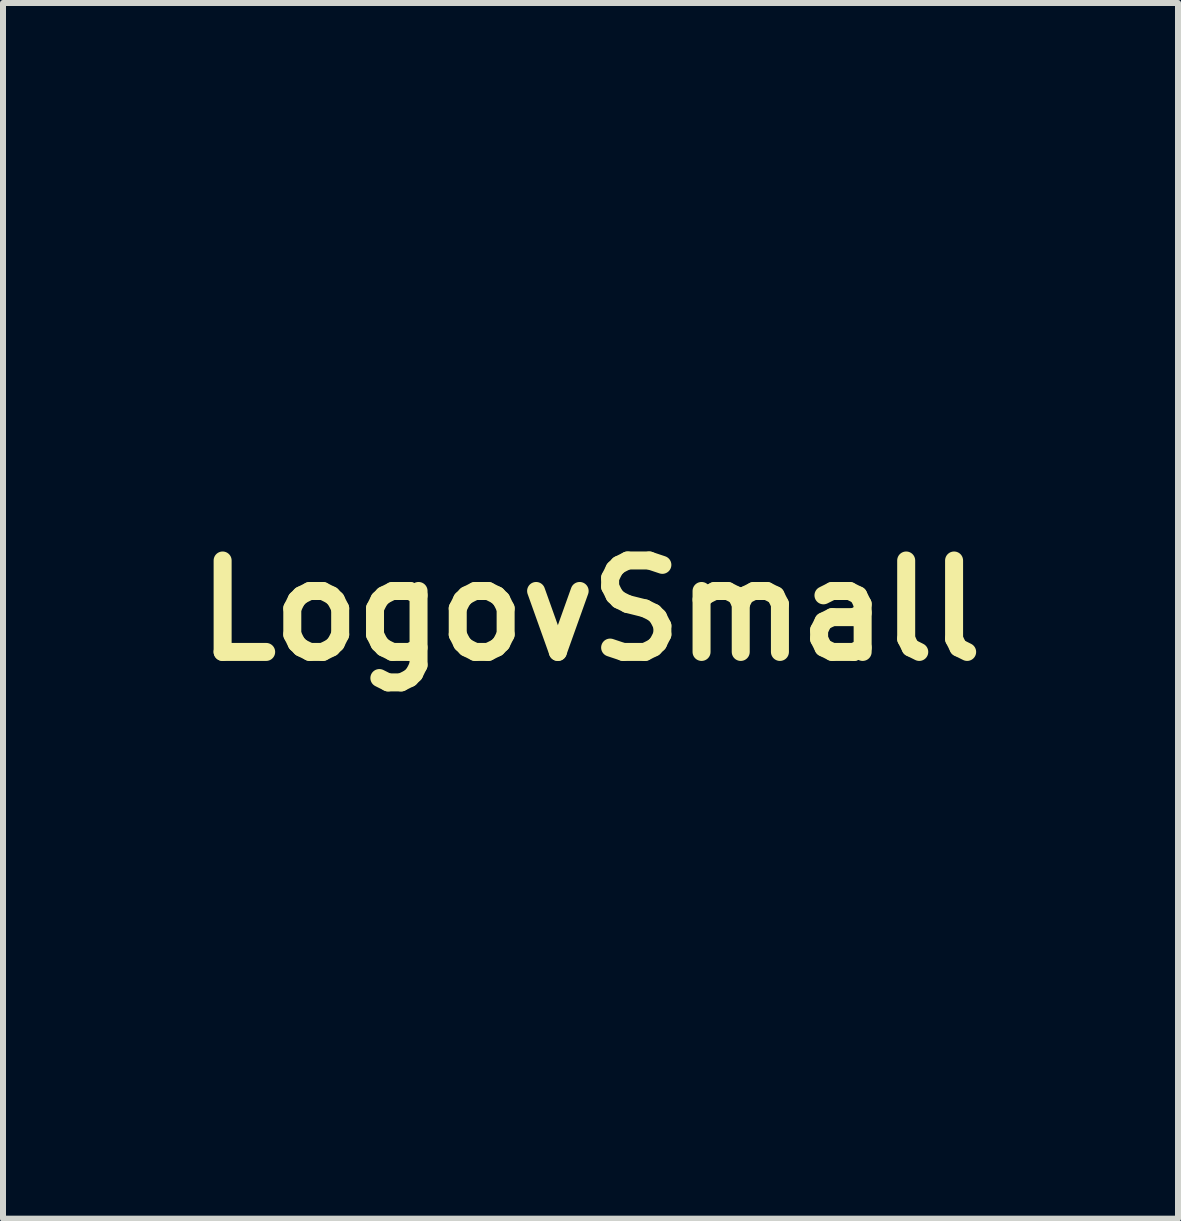
<source format=kicad_pcb>
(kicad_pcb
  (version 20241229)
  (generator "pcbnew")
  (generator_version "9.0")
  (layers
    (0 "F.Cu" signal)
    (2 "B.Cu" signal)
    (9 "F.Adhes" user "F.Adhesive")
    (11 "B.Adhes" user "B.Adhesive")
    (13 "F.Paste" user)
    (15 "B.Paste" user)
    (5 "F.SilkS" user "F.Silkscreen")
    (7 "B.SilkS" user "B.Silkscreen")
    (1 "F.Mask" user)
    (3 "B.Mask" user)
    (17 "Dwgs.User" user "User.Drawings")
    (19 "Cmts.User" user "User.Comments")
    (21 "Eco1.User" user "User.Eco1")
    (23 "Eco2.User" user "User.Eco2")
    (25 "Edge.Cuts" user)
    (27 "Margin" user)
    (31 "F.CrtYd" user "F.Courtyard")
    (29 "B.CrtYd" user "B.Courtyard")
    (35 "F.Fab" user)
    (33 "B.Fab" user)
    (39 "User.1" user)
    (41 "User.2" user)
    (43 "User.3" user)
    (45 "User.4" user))
  (footprint "LogovSmall"
    (layer "F.Cu")
    (at 6.793 7.127)
    (property "Reference" "LogovSmall" (at 0 0 0) (layer "F.SilkS") (effects (font (size 1.524 1.524) (thickness 0.3))))
    (attr through_hole)
    (fp_poly (pts (xy -1.681 3.12) (xy -1.613 3.152) (xy -1.575 3.174) (xy -1.517 3.213) (xy -1.462 3.259) (xy -1.42 3.304) (xy -1.399 3.339) (xy -1.401 3.353) (xy -1.422 3.365) (xy -1.467 3.388) (xy -1.476 3.392) (xy -1.545 3.426) (xy -1.586 3.337) (xy -1.627 3.264) (xy -1.674 3.193) (xy -1.685 3.18) (xy -1.716 3.134) (xy -1.715 3.114) (xy -1.681 3.12)) (stroke (width 0.01) (type solid)) (fill yes) (layer "F.Mask"))
    (fp_poly (pts (xy 0.998 -0.843) (xy 1.023 -0.806) (xy 1.054 -0.746) (xy 1.094 -0.662) (xy 1.122 -0.603) (xy 1.165 -0.508) (xy 1.21 -0.4) (xy 1.254 -0.287) (xy 1.294 -0.179) (xy 1.326 -0.083) (xy 1.347 -0.008) (xy 1.355 0.035) (xy 1.344 0.061) (xy 1.338 0.064) (xy 1.311 0.078) (xy 1.263 0.115) (xy 1.203 0.168) (xy 1.139 0.23) (xy 1.078 0.291) (xy 1.03 0.346) (xy 1.013 0.367) (xy 0.953 0.451) (xy 0.953 -0.224) (xy 0.953 -0.422) (xy 0.954 -0.579) (xy 0.956 -0.699) (xy 0.96 -0.783) (xy 0.968 -0.833) (xy 0.981 -0.853) (xy 0.998 -0.843)) (stroke (width 0.01) (type solid)) (fill yes) (layer "F.Mask"))
    (fp_poly (pts (xy -1.037 -0.272) (xy -1.099 -0.12) (xy -1.137 -0.03) (xy -1.178 0.067) (xy -1.22 0.163) (xy -1.258 0.249) (xy -1.289 0.318) (xy -1.31 0.36) (xy -1.315 0.37) (xy -1.337 0.367) (xy -1.388 0.35) (xy -1.459 0.325) (xy -1.475 0.319) (xy -1.71 0.21) (xy -1.916 0.077) (xy -2.091 -0.076) (xy -2.231 -0.248) (xy -2.262 -0.296) (xy -2.293 -0.361) (xy -2.304 -0.425) (xy -2.295 -0.501) (xy -2.265 -0.6) (xy -2.257 -0.623) (xy -2.156 -0.842) (xy -2.017 -1.052) (xy -1.844 -1.249) (xy -1.671 -1.403) (xy -1.569 -1.478) (xy -1.454 -1.553) (xy -1.336 -1.621) (xy -1.226 -1.678) (xy -1.133 -1.716) (xy -1.095 -1.727) (xy -1.037 -1.74) (xy -1.037 -0.272)) (stroke (width 0.01) (type solid)) (fill yes) (layer "F.Mask"))
    (fp_poly (pts (xy -1.764 -6.083) (xy -1.692 -6.075) (xy -1.629 -6.056) (xy -1.564 -6.027) (xy -1.433 -5.942) (xy -1.314 -5.824) (xy -1.213 -5.681) (xy -1.185 -5.63) (xy -1.162 -5.584) (xy -1.142 -5.541) (xy -1.124 -5.499) (xy -1.109 -5.453) (xy -1.096 -5.402) (xy -1.086 -5.343) (xy -1.077 -5.271) (xy -1.07 -5.184) (xy -1.064 -5.08) (xy -1.06 -4.954) (xy -1.056 -4.805) (xy -1.054 -4.628) (xy -1.052 -4.422) (xy -1.051 -4.182) (xy -1.05 -3.906) (xy -1.049 -3.591) (xy -1.049 -3.581) (xy -1.048 -3.25) (xy -1.048 -2.96) (xy -1.048 -2.71) (xy -1.049 -2.498) (xy -1.05 -2.322) (xy -1.052 -2.181) (xy -1.055 -2.073) (xy -1.058 -1.998) (xy -1.062 -1.953) (xy -1.067 -1.938) (xy -1.067 -1.938) (xy -1.406 -1.837) (xy -1.712 -1.711) (xy -1.987 -1.559) (xy -2.234 -1.38) (xy -2.353 -1.274) (xy -2.51 -1.125) (xy -2.484 -1.425) (xy -2.454 -1.709) (xy -2.416 -1.957) (xy -2.369 -2.175) (xy -2.309 -2.367) (xy -2.237 -2.539) (xy -2.151 -2.697) (xy -2.087 -2.794) (xy -2.035 -2.868) (xy -2.006 -2.912) (xy -1.997 -2.932) (xy -2.005 -2.934) (xy -2.03 -2.922) (xy -2.031 -2.921) (xy -2.128 -2.852) (xy -2.23 -2.746) (xy -2.337 -2.606) (xy -2.444 -2.438) (xy -2.549 -2.244) (xy -2.572 -2.197) (xy -2.688 -1.958) (xy -2.688 -3.556) (xy -2.688 -3.87) (xy -2.687 -4.144) (xy -2.687 -4.383) (xy -2.685 -4.588) (xy -2.683 -4.763) (xy -2.68 -4.912) (xy -2.676 -5.037) (xy -2.67 -5.141) (xy -2.663 -5.229) (xy -2.654 -5.301) (xy -2.643 -5.363) (xy -2.629 -5.416) (xy -2.613 -5.464) (xy -2.594 -5.511) (xy -2.573 -5.558) (xy -2.551 -5.604) (xy -2.466 -5.749) (xy -2.357 -5.879) (xy -2.233 -5.983) (xy -2.148 -6.034) (xy -2.084 -6.061) (xy -2.019 -6.077) (xy -1.939 -6.084) (xy -1.863 -6.085) (xy -1.764 -6.083)) (stroke (width 0.01) (type solid)) (fill yes) (layer "F.Mask"))
    (fp_poly (pts (xy 1.912 -6.056) (xy 2.028 -6.034) (xy 2.126 -5.994) (xy 2.22 -5.93) (xy 2.276 -5.881) (xy 2.379 -5.769) (xy 2.461 -5.636) (xy 2.527 -5.476) (xy 2.534 -5.455) (xy 2.54 -5.433) (xy 2.546 -5.409) (xy 2.551 -5.379) (xy 2.555 -5.342) (xy 2.559 -5.294) (xy 2.562 -5.234) (xy 2.564 -5.158) (xy 2.567 -5.064) (xy 2.568 -4.951) (xy 2.57 -4.814) (xy 2.571 -4.652) (xy 2.572 -4.463) (xy 2.573 -4.243) (xy 2.573 -3.99) (xy 2.574 -3.702) (xy 2.575 -3.376) (xy 2.575 -3.08) (xy 2.575 -2.721) (xy 2.576 -2.402) (xy 2.576 -2.121) (xy 2.576 -1.877) (xy 2.575 -1.666) (xy 2.575 -1.488) (xy 2.574 -1.339) (xy 2.573 -1.218) (xy 2.571 -1.124) (xy 2.569 -1.052) (xy 2.567 -1.003) (xy 2.564 -0.973) (xy 2.561 -0.96) (xy 2.557 -0.963) (xy 2.553 -0.979) (xy 2.548 -1.004) (xy 2.482 -1.333) (xy 2.391 -1.643) (xy 2.277 -1.929) (xy 2.142 -2.186) (xy 2.056 -2.318) (xy 2.014 -2.371) (xy 1.957 -2.439) (xy 1.889 -2.515) (xy 1.818 -2.591) (xy 1.75 -2.662) (xy 1.691 -2.72) (xy 1.647 -2.759) (xy 1.626 -2.773) (xy 1.627 -2.755) (xy 1.644 -2.709) (xy 1.675 -2.641) (xy 1.695 -2.599) (xy 1.848 -2.26) (xy 1.973 -1.909) (xy 2.067 -1.555) (xy 2.129 -1.204) (xy 2.158 -0.864) (xy 2.159 -0.77) (xy 2.159 -0.519) (xy 2.068 -0.47) (xy 2.004 -0.431) (xy 1.926 -0.376) (xy 1.851 -0.317) (xy 1.778 -0.258) (xy 1.732 -0.226) (xy 1.706 -0.216) (xy 1.695 -0.228) (xy 1.693 -0.25) (xy 1.682 -0.295) (xy 1.652 -0.367) (xy 1.608 -0.458) (xy 1.553 -0.56) (xy 1.492 -0.665) (xy 1.43 -0.764) (xy 1.371 -0.849) (xy 1.365 -0.857) (xy 1.293 -0.949) (xy 1.213 -1.046) (xy 1.14 -1.131) (xy 1.12 -1.153) (xy 1.061 -1.219) (xy 1.011 -1.278) (xy 0.98 -1.321) (xy 0.977 -1.327) (xy 0.972 -1.348) (xy 0.968 -1.395) (xy 0.965 -1.469) (xy 0.962 -1.571) (xy 0.959 -1.704) (xy 0.957 -1.869) (xy 0.955 -2.068) (xy 0.954 -2.302) (xy 0.953 -2.573) (xy 0.953 -2.883) (xy 0.953 -3.234) (xy 0.953 -3.308) (xy 0.953 -3.639) (xy 0.953 -3.93) (xy 0.953 -4.185) (xy 0.953 -4.405) (xy 0.954 -4.595) (xy 0.955 -4.756) (xy 0.957 -4.891) (xy 0.959 -5.003) (xy 0.961 -5.096) (xy 0.964 -5.17) (xy 0.967 -5.231) (xy 0.971 -5.279) (xy 0.976 -5.319) (xy 0.982 -5.352) (xy 0.988 -5.382) (xy 0.994 -5.403) (xy 1.02 -5.495) (xy 1.051 -5.584) (xy 1.079 -5.651) (xy 1.08 -5.653) (xy 1.156 -5.768) (xy 1.258 -5.878) (xy 1.372 -5.968) (xy 1.437 -6.006) (xy 1.497 -6.033) (xy 1.551 -6.05) (xy 1.612 -6.06) (xy 1.692 -6.063) (xy 1.767 -6.063) (xy 1.912 -6.056)) (stroke (width 0.01) (type solid)) (fill yes) (layer "F.Mask"))
    (fp_poly (pts (xy 4.424 0.071) (xy 4.424 0.415) (xy 4.424 0.746) (xy 4.423 1.064) (xy 4.423 1.365) (xy 4.422 1.646) (xy 4.421 1.906) (xy 4.42 2.142) (xy 4.42 2.352) (xy 4.419 2.532) (xy 4.417 2.681) (xy 4.416 2.797) (xy 4.415 2.876) (xy 4.414 2.916) (xy 4.413 2.921) (xy 4.404 2.904) (xy 4.403 2.891) (xy 4.384 2.84) (xy 4.331 2.783) (xy 4.252 2.724) (xy 4.155 2.673) (xy 4.087 2.643) (xy 3.99 2.6) (xy 3.874 2.55) (xy 3.748 2.497) (xy 3.651 2.456) (xy 3.409 2.349) (xy 3.146 2.224) (xy 2.876 2.088) (xy 2.611 1.947) (xy 2.364 1.807) (xy 2.186 1.701) (xy 2.138 1.671) (xy 2.202 1.584) (xy 2.26 1.486) (xy 2.299 1.374) (xy 2.321 1.241) (xy 2.328 1.077) (xy 2.328 1.067) (xy 2.328 0.953) (xy 2.325 0.875) (xy 2.316 0.828) (xy 2.3 0.806) (xy 2.273 0.802) (xy 2.232 0.811) (xy 2.216 0.816) (xy 2.154 0.83) (xy 2.065 0.846) (xy 1.966 0.86) (xy 1.934 0.864) (xy 1.765 0.893) (xy 1.625 0.937) (xy 1.519 0.996) (xy 1.471 1.042) (xy 1.418 1.104) (xy 1.418 1.002) (xy 1.433 0.901) (xy 1.477 0.795) (xy 1.552 0.682) (xy 1.66 0.561) (xy 1.802 0.429) (xy 1.979 0.286) (xy 2.193 0.129) (xy 2.328 0.036) (xy 2.572 -0.128) (xy 2.577 0.539) (xy 2.579 0.729) (xy 2.581 0.881) (xy 2.584 0.999) (xy 2.588 1.086) (xy 2.594 1.146) (xy 2.602 1.184) (xy 2.613 1.202) (xy 2.627 1.206) (xy 2.645 1.199) (xy 2.659 1.19) (xy 2.682 1.17) (xy 2.7 1.139) (xy 2.715 1.095) (xy 2.726 1.034) (xy 2.732 0.953) (xy 2.736 0.847) (xy 2.736 0.713) (xy 2.732 0.547) (xy 2.726 0.346) (xy 2.718 0.125) (xy 2.704 -0.227) (xy 2.835 -0.306) (xy 3.108 -0.491) (xy 3.36 -0.699) (xy 3.586 -0.926) (xy 3.781 -1.166) (xy 3.94 -1.414) (xy 3.99 -1.51) (xy 4.054 -1.654) (xy 4.106 -1.803) (xy 4.145 -1.946) (xy 4.167 -2.071) (xy 4.17 -2.127) (xy 4.163 -2.207) (xy 4.145 -2.294) (xy 4.12 -2.374) (xy 4.091 -2.435) (xy 4.075 -2.455) (xy 4.056 -2.465) (xy 4.046 -2.451) (xy 4.043 -2.405) (xy 4.043 -2.373) (xy 4.027 -2.242) (xy 3.981 -2.095) (xy 3.91 -1.946) (xy 3.89 -1.91) (xy 3.796 -1.777) (xy 3.669 -1.632) (xy 3.513 -1.477) (xy 3.333 -1.318) (xy 3.134 -1.159) (xy 2.921 -1.003) (xy 2.765 -0.899) (xy 2.703 -0.859) (xy 2.718 -1.08) (xy 2.751 -1.388) (xy 2.807 -1.661) (xy 2.888 -1.901) (xy 2.995 -2.111) (xy 3.127 -2.291) (xy 3.285 -2.443) (xy 3.394 -2.522) (xy 3.577 -2.62) (xy 3.787 -2.694) (xy 4.025 -2.743) (xy 4.237 -2.766) (xy 4.424 -2.779) (xy 4.424 0.071)) (stroke (width 0.01) (type solid)) (fill yes) (layer "F.Mask"))
    (fp_poly (pts (xy 0.05 -7.121) (xy 0.125 -7.116) (xy 0.186 -7.103) (xy 0.246 -7.081) (xy 0.291 -7.062) (xy 0.437 -6.971) (xy 0.559 -6.847) (xy 0.656 -6.688) (xy 0.729 -6.494) (xy 0.735 -6.472) (xy 0.74 -6.449) (xy 0.745 -6.421) (xy 0.75 -6.385) (xy 0.753 -6.34) (xy 0.757 -6.282) (xy 0.76 -6.21) (xy 0.763 -6.122) (xy 0.765 -6.014) (xy 0.767 -5.884) (xy 0.769 -5.731) (xy 0.771 -5.551) (xy 0.772 -5.342) (xy 0.773 -5.102) (xy 0.775 -4.829) (xy 0.776 -4.52) (xy 0.777 -4.172) (xy 0.778 -3.9) (xy 0.785 -1.46) (xy 0.688 -1.555) (xy 0.628 -1.604) (xy 0.55 -1.658) (xy 0.464 -1.71) (xy 0.38 -1.755) (xy 0.308 -1.787) (xy 0.26 -1.799) (xy 0.259 -1.799) (xy 0.258 -1.786) (xy 0.283 -1.749) (xy 0.33 -1.695) (xy 0.357 -1.666) (xy 0.534 -1.468) (xy 0.668 -1.277) (xy 0.722 -1.181) (xy 0.783 -1.06) (xy 0.783 0.004) (xy 0.648 -0.12) (xy 0.562 -0.19) (xy 0.458 -0.264) (xy 0.355 -0.327) (xy 0.338 -0.336) (xy 0.163 -0.43) (xy 0.22 -0.336) (xy 0.34 -0.125) (xy 0.435 0.077) (xy 0.502 0.264) (xy 0.541 0.431) (xy 0.55 0.542) (xy 0.547 0.622) (xy 0.534 0.666) (xy 0.504 0.678) (xy 0.451 0.663) (xy 0.423 0.651) (xy 0.38 0.641) (xy 0.307 0.633) (xy 0.214 0.628) (xy 0.148 0.626) (xy -0.074 0.624) (xy -0.222 0.476) (xy -0.315 0.391) (xy -0.41 0.318) (xy -0.493 0.267) (xy -0.493 0.267) (xy -0.57 0.224) (xy -0.621 0.179) (xy -0.662 0.118) (xy -0.673 0.097) (xy -0.7 0.04) (xy -0.717 -0.014) (xy -0.726 -0.077) (xy -0.73 -0.163) (xy -0.73 -0.212) (xy -0.729 -0.306) (xy -0.724 -0.376) (xy -0.711 -0.437) (xy -0.687 -0.504) (xy -0.648 -0.592) (xy -0.64 -0.609) (xy -0.603 -0.692) (xy -0.573 -0.761) (xy -0.554 -0.806) (xy -0.55 -0.818) (xy -0.564 -0.811) (xy -0.6 -0.778) (xy -0.652 -0.726) (xy -0.685 -0.691) (xy -0.747 -0.629) (xy -0.8 -0.581) (xy -0.835 -0.554) (xy -0.844 -0.55) (xy -0.852 -0.563) (xy -0.857 -0.604) (xy -0.861 -0.675) (xy -0.863 -0.778) (xy -0.864 -0.918) (xy -0.863 -1.097) (xy -0.863 -1.169) (xy -0.857 -1.789) (xy -0.699 -1.816) (xy -0.58 -1.83) (xy -0.451 -1.835) (xy -0.381 -1.833) (xy -0.222 -1.822) (xy -0.284 -1.872) (xy -0.367 -1.92) (xy -0.479 -1.958) (xy -0.608 -1.982) (xy -0.726 -1.99) (xy -0.868 -1.99) (xy -0.867 -4.122) (xy -0.867 -4.483) (xy -0.867 -4.804) (xy -0.867 -5.087) (xy -0.866 -5.336) (xy -0.865 -5.554) (xy -0.863 -5.742) (xy -0.861 -5.903) (xy -0.858 -6.04) (xy -0.853 -6.156) (xy -0.848 -6.253) (xy -0.841 -6.334) (xy -0.833 -6.401) (xy -0.824 -6.457) (xy -0.813 -6.505) (xy -0.8 -6.547) (xy -0.786 -6.586) (xy -0.769 -6.624) (xy -0.75 -6.664) (xy -0.744 -6.679) (xy -0.656 -6.83) (xy -0.547 -6.949) (xy -0.408 -7.045) (xy -0.397 -7.05) (xy -0.333 -7.084) (xy -0.281 -7.105) (xy -0.227 -7.116) (xy -0.158 -7.121) (xy -0.061 -7.122) (xy -0.053 -7.122) (xy 0.05 -7.121)) (stroke (width 0.01) (type solid)) (fill yes) (layer "F.Mask"))
    (fp_poly (pts (xy -3.452 -4.852) (xy -3.359 -4.826) (xy -3.219 -4.751) (xy -3.097 -4.638) (xy -2.995 -4.49) (xy -2.913 -4.308) (xy -2.885 -4.223) (xy -2.878 -4.197) (xy -2.873 -4.167) (xy -2.867 -4.129) (xy -2.863 -4.081) (xy -2.859 -4.02) (xy -2.856 -3.943) (xy -2.853 -3.847) (xy -2.851 -3.73) (xy -2.849 -3.588) (xy -2.847 -3.418) (xy -2.845 -3.217) (xy -2.844 -2.984) (xy -2.843 -2.714) (xy -2.842 -2.405) (xy -2.841 -2.365) (xy -2.84 -2.008) (xy -2.84 -1.692) (xy -2.84 -1.417) (xy -2.841 -1.182) (xy -2.843 -0.99) (xy -2.845 -0.838) (xy -2.848 -0.729) (xy -2.851 -0.661) (xy -2.855 -0.635) (xy -2.856 -0.635) (xy -2.88 -0.652) (xy -2.918 -0.699) (xy -2.966 -0.767) (xy -3.019 -0.85) (xy -3.07 -0.938) (xy -3.108 -1.009) (xy -3.188 -1.206) (xy -3.244 -1.426) (xy -3.274 -1.656) (xy -3.277 -1.884) (xy -3.262 -2.03) (xy -3.251 -2.106) (xy -3.245 -2.164) (xy -3.246 -2.194) (xy -3.246 -2.195) (xy -3.257 -2.181) (xy -3.279 -2.136) (xy -3.308 -2.067) (xy -3.321 -2.033) (xy -3.402 -1.796) (xy -3.451 -1.579) (xy -3.469 -1.378) (xy -3.454 -1.186) (xy -3.408 -0.995) (xy -3.33 -0.801) (xy -3.321 -0.782) (xy -3.149 -0.473) (xy -2.944 -0.189) (xy -2.704 0.072) (xy -2.429 0.31) (xy -2.119 0.524) (xy -1.774 0.716) (xy -1.708 0.749) (xy -1.437 0.878) (xy -1.448 0.953) (xy -1.457 1.006) (xy -1.472 1.087) (xy -1.491 1.182) (xy -1.501 1.228) (xy -1.527 1.373) (xy -1.549 1.535) (xy -1.567 1.702) (xy -1.578 1.861) (xy -1.582 2.001) (xy -1.578 2.106) (xy -1.563 2.266) (xy -1.549 2.408) (xy -1.535 2.529) (xy -1.523 2.622) (xy -1.512 2.684) (xy -1.505 2.709) (xy -1.504 2.709) (xy -1.481 2.698) (xy -1.435 2.671) (xy -1.411 2.655) (xy -1.328 2.582) (xy -1.243 2.478) (xy -1.16 2.351) (xy -1.088 2.21) (xy -1.081 2.195) (xy -1.047 2.12) (xy -1.017 2.064) (xy -0.996 2.034) (xy -0.992 2.032) (xy -0.981 2.051) (xy -0.974 2.099) (xy -0.972 2.133) (xy -0.968 2.216) (xy -0.959 2.299) (xy -0.956 2.318) (xy -0.94 2.402) (xy -0.88 2.308) (xy -0.827 2.215) (xy -0.774 2.101) (xy -0.723 1.975) (xy -0.677 1.848) (xy -0.642 1.731) (xy -0.619 1.632) (xy -0.614 1.576) (xy -0.606 1.527) (xy -0.588 1.517) (xy -0.565 1.544) (xy -0.551 1.582) (xy -0.538 1.646) (xy -0.524 1.732) (xy -0.515 1.806) (xy -0.502 1.95) (xy -0.44 1.855) (xy -0.362 1.716) (xy -0.289 1.549) (xy -0.226 1.37) (xy -0.186 1.222) (xy -0.165 1.136) (xy -0.146 1.067) (xy -0.13 1.025) (xy -0.124 1.016) (xy -0.108 1.035) (xy -0.088 1.083) (xy -0.069 1.149) (xy -0.053 1.22) (xy -0.043 1.283) (xy -0.042 1.307) (xy -0.038 1.351) (xy -0.026 1.368) (xy -0.024 1.367) (xy -0.01 1.344) (xy 0.017 1.29) (xy 0.052 1.21) (xy 0.093 1.114) (xy 0.107 1.08) (xy 0.149 0.981) (xy 0.186 0.898) (xy 0.215 0.837) (xy 0.232 0.807) (xy 0.235 0.804) (xy 0.247 0.824) (xy 0.256 0.877) (xy 0.264 0.955) (xy 0.269 1.049) (xy 0.272 1.151) (xy 0.27 1.25) (xy 0.267 1.315) (xy 0.224 1.596) (xy 0.14 1.871) (xy 0.014 2.141) (xy -0.154 2.405) (xy -0.179 2.44) (xy -0.235 2.516) (xy -0.28 2.578) (xy -0.309 2.621) (xy -0.318 2.635) (xy -0.301 2.63) (xy -0.259 2.607) (xy -0.206 2.574) (xy -0.115 2.52) (xy -0.008 2.461) (xy 0.106 2.403) (xy 0.214 2.351) (xy 0.308 2.311) (xy 0.375 2.288) (xy 0.46 2.248) (xy 0.53 2.179) (xy 0.628 2.084) (xy 0.74 2.028) (xy 0.86 2.01) (xy 0.985 2.03) (xy 1.111 2.089) (xy 1.233 2.185) (xy 1.249 2.202) (xy 1.385 2.313) (xy 1.519 2.387) (xy 1.59 2.422) (xy 1.632 2.448) (xy 1.643 2.464) (xy 1.619 2.474) (xy 1.56 2.477) (xy 1.462 2.476) (xy 1.364 2.473) (xy 1.264 2.468) (xy 1.194 2.461) (xy 1.142 2.448) (xy 1.095 2.427) (xy 1.046 2.398) (xy 0.973 2.354) (xy 0.9 2.315) (xy 0.864 2.298) (xy 0.801 2.281) (xy 0.761 2.294) (xy 0.744 2.341) (xy 0.746 2.423) (xy 0.747 2.429) (xy 0.758 2.529) (xy 0.511 2.649) (xy 0.381 2.715) (xy 0.277 2.777) (xy 0.188 2.843) (xy 0.116 2.906) (xy -0.015 3.043) (xy -0.105 3.177) (xy -0.152 3.308) (xy -0.158 3.438) (xy -0.122 3.57) (xy -0.044 3.704) (xy 0.075 3.844) (xy 0.093 3.862) (xy 0.242 4.01) (xy 0.269 3.878) (xy 0.295 3.768) (xy 0.325 3.692) (xy 0.363 3.641) (xy 0.384 3.624) (xy 0.416 3.588) (xy 0.423 3.564) (xy 0.44 3.51) (xy 0.482 3.441) (xy 0.543 3.368) (xy 0.614 3.299) (xy 0.685 3.243) (xy 0.747 3.211) (xy 0.759 3.208) (xy 0.839 3.203) (xy 0.948 3.217) (xy 1.074 3.246) (xy 1.207 3.287) (xy 1.34 3.337) (xy 1.46 3.395) (xy 1.503 3.419) (xy 1.568 3.456) (xy 1.615 3.474) (xy 1.659 3.477) (xy 1.718 3.467) (xy 1.732 3.465) (xy 1.786 3.456) (xy 1.85 3.453) (xy 1.933 3.455) (xy 2.041 3.462) (xy 2.182 3.475) (xy 2.212 3.478) (xy 2.345 3.492) (xy 2.446 3.503) (xy 2.524 3.516) (xy 2.589 3.531) (xy 2.651 3.551) (xy 2.718 3.579) (xy 2.801 3.616) (xy 2.814 3.622) (xy 2.928 3.672) (xy 3.012 3.703) (xy 3.07 3.717) (xy 3.106 3.716) (xy 3.144 3.71) (xy 3.219 3.699) (xy 3.327 3.684) (xy 3.464 3.666) (xy 3.626 3.645) (xy 3.808 3.621) (xy 4.006 3.596) (xy 4.216 3.569) (xy 4.265 3.563) (xy 4.35 3.565) (xy 4.392 3.585) (xy 4.409 3.6) (xy 4.42 3.622) (xy 4.427 3.657) (xy 4.431 3.712) (xy 4.431 3.795) (xy 4.43 3.913) (xy 4.43 3.922) (xy 4.423 4.174) (xy 4.409 4.387) (xy 4.386 4.564) (xy 4.356 4.709) (xy 4.316 4.824) (xy 4.267 4.912) (xy 4.236 4.95) (xy 4.196 5.004) (xy 4.185 5.059) (xy 4.186 5.085) (xy 4.187 5.133) (xy 4.169 5.173) (xy 4.126 5.218) (xy 4.115 5.227) (xy 4.043 5.281) (xy 3.962 5.33) (xy 3.937 5.343) (xy 3.856 5.388) (xy 3.759 5.454) (xy 3.656 5.534) (xy 3.554 5.62) (xy 3.462 5.705) (xy 3.388 5.782) (xy 3.341 5.845) (xy 3.339 5.849) (xy 3.224 6.026) (xy 3.08 6.198) (xy 2.976 6.3) (xy 2.893 6.367) (xy 2.797 6.432) (xy 2.698 6.489) (xy 2.607 6.533) (xy 2.533 6.558) (xy 2.504 6.562) (xy 2.471 6.559) (xy 2.459 6.541) (xy 2.462 6.499) (xy 2.467 6.473) (xy 2.481 6.385) (xy 2.43 6.426) (xy 2.241 6.57) (xy 2.076 6.685) (xy 1.932 6.776) (xy 1.804 6.844) (xy 1.686 6.892) (xy 1.575 6.922) (xy 1.483 6.936) (xy 1.414 6.937) (xy 1.375 6.926) (xy 1.368 6.91) (xy 1.374 6.877) (xy 1.385 6.823) (xy 1.386 6.818) (xy 1.401 6.747) (xy 1.309 6.804) (xy 1.167 6.885) (xy 1.016 6.961) (xy 0.87 7.026) (xy 0.751 7.069) (xy 0.67 7.089) (xy 0.57 7.107) (xy 0.462 7.12) (xy 0.356 7.128) (xy 0.262 7.13) (xy 0.191 7.126) (xy 0.151 7.116) (xy 0.133 7.093) (xy 0.137 7.054) (xy 0.145 7.026) (xy 0.164 6.968) (xy 0.161 6.941) (xy 0.132 6.939) (xy 0.069 6.957) (xy 0.069 6.957) (xy -0.027 6.976) (xy -0.15 6.986) (xy -0.287 6.987) (xy -0.424 6.979) (xy -0.549 6.962) (xy -0.582 6.955) (xy -0.713 6.922) (xy -0.831 6.887) (xy -0.931 6.853) (xy -1.006 6.821) (xy -1.049 6.795) (xy -1.058 6.781) (xy -1.049 6.747) (xy -1.026 6.689) (xy -1.004 6.644) (xy -0.976 6.584) (xy -0.959 6.542) (xy -0.958 6.528) (xy -0.981 6.529) (xy -1.029 6.539) (xy -1.049 6.545) (xy -1.128 6.56) (xy -1.225 6.569) (xy -1.333 6.57) (xy -1.444 6.566) (xy -1.549 6.557) (xy -1.64 6.543) (xy -1.71 6.525) (xy -1.75 6.503) (xy -1.757 6.49) (xy -1.746 6.462) (xy -1.717 6.408) (xy -1.674 6.335) (xy -1.637 6.275) (xy -1.517 6.086) (xy -1.521 5.853) (xy -1.52 5.684) (xy -1.508 5.545) (xy -1.482 5.423) (xy -1.442 5.307) (xy -1.418 5.253) (xy -1.334 5.116) (xy -1.216 4.985) (xy -1.072 4.869) (xy -0.955 4.798) (xy -0.802 4.716) (xy -0.618 4.75) (xy -0.527 4.763) (xy -0.416 4.773) (xy -0.295 4.779) (xy -0.175 4.782) (xy -0.065 4.781) (xy 0.025 4.776) (xy 0.085 4.767) (xy 0.095 4.764) (xy 0.112 4.753) (xy 0.099 4.74) (xy 0.051 4.723) (xy 0.016 4.712) (xy -0.049 4.691) (xy -0.093 4.672) (xy -0.106 4.66) (xy -0.086 4.652) (xy -0.036 4.647) (xy 0.036 4.644) (xy 0.039 4.644) (xy 0.138 4.639) (xy 0.22 4.621) (xy 0.301 4.586) (xy 0.361 4.557) (xy 0.406 4.532) (xy 0.434 4.508) (xy 0.442 4.479) (xy 0.43 4.443) (xy 0.396 4.394) (xy 0.337 4.329) (xy 0.253 4.243) (xy 0.142 4.133) (xy 0.105 4.096) (xy -0.041 3.954) (xy -0.162 3.84) (xy -0.263 3.751) (xy -0.349 3.683) (xy -0.423 3.634) (xy -0.489 3.6) (xy -0.552 3.577) (xy -0.564 3.574) (xy -0.612 3.558) (xy -0.652 3.532) (xy -0.693 3.487) (xy -0.745 3.415) (xy -0.752 3.405) (xy -0.893 3.23) (xy -1.054 3.091) (xy -1.217 2.994) (xy -1.352 2.941) (xy -1.499 2.903) (xy -1.642 2.885) (xy -1.767 2.888) (xy -1.771 2.889) (xy -1.864 2.903) (xy -2.037 2.74) (xy -2.115 2.669) (xy -2.212 2.584) (xy -2.324 2.489) (xy -2.445 2.388) (xy -2.57 2.286) (xy -2.694 2.185) (xy -2.813 2.09) (xy -2.922 2.006) (xy -3.014 1.936) (xy -3.086 1.884) (xy -3.133 1.854) (xy -3.143 1.849) (xy -3.184 1.856) (xy -3.237 1.899) (xy -3.298 1.977) (xy -3.367 2.086) (xy -3.417 2.179) (xy -3.463 2.274) (xy -3.501 2.362) (xy -3.526 2.431) (xy -3.535 2.472) (xy -3.519 2.575) (xy -3.469 2.693) (xy -3.386 2.827) (xy -3.346 2.882) (xy -3.251 3.013) (xy -3.184 3.126) (xy -3.138 3.23) (xy -3.11 3.335) (xy -3.096 3.452) (xy -3.095 3.484) (xy -3.095 3.646) (xy -3.114 3.777) (xy -3.155 3.888) (xy -3.221 3.987) (xy -3.257 4.027) (xy -3.358 4.133) (xy -3.43 4.095) (xy -3.544 4.029) (xy -3.63 3.956) (xy -3.685 3.889) (xy -3.722 3.83) (xy -3.741 3.773) (xy -3.747 3.698) (xy -3.747 3.675) (xy -3.748 3.545) (xy -3.812 3.619) (xy -3.875 3.694) (xy -3.942 3.655) (xy -3.988 3.631) (xy -4.015 3.629) (xy -4.039 3.652) (xy -4.048 3.662) (xy -4.076 3.719) (xy -4.085 3.767) (xy -4.077 3.843) (xy -4.054 3.946) (xy -4.02 4.065) (xy -3.978 4.187) (xy -3.931 4.302) (xy -3.924 4.317) (xy -3.845 4.491) (xy -3.808 4.442) (xy -3.779 4.41) (xy -3.762 4.403) (xy -3.751 4.424) (xy -3.724 4.478) (xy -3.684 4.556) (xy -3.636 4.653) (xy -3.592 4.741) (xy -3.526 4.872) (xy -3.453 5.009) (xy -3.38 5.14) (xy -3.315 5.253) (xy -3.29 5.292) (xy -3.222 5.398) (xy -3.152 5.504) (xy -3.084 5.604) (xy -3.023 5.691) (xy -2.973 5.761) (xy -2.937 5.805) (xy -2.921 5.82) (xy -2.904 5.804) (xy -2.874 5.764) (xy -2.863 5.746) (xy -2.829 5.701) (xy -2.803 5.675) (xy -2.798 5.673) (xy -2.784 5.691) (xy -2.765 5.738) (xy -2.755 5.772) (xy -2.734 5.835) (xy -2.7 5.917) (xy -2.66 6.007) (xy -2.617 6.096) (xy -2.576 6.172) (xy -2.543 6.226) (xy -2.527 6.246) (xy -2.509 6.249) (xy -2.49 6.222) (xy -2.467 6.16) (xy -2.464 6.151) (xy -2.438 6.085) (xy -2.416 6.051) (xy -2.399 6.052) (xy -2.392 6.091) (xy -2.392 6.098) (xy -2.383 6.155) (xy -2.358 6.233) (xy -2.325 6.319) (xy -2.289 6.395) (xy -2.264 6.435) (xy -2.237 6.48) (xy -2.229 6.51) (xy -2.23 6.513) (xy -2.258 6.517) (xy -2.319 6.512) (xy -2.401 6.499) (xy -2.498 6.481) (xy -2.6 6.458) (xy -2.697 6.433) (xy -2.741 6.42) (xy -3.024 6.311) (xy -3.282 6.169) (xy -3.513 5.994) (xy -3.719 5.785) (xy -3.9 5.542) (xy -4.043 5.293) (xy -4.104 5.156) (xy -4.165 4.988) (xy -4.224 4.801) (xy -4.277 4.607) (xy -4.319 4.417) (xy -4.327 4.376) (xy -4.34 4.305) (xy -4.352 4.24) (xy -4.363 4.176) (xy -4.372 4.114) (xy -4.381 4.049) (xy -4.389 3.982) (xy -4.396 3.908) (xy -4.403 3.827) (xy -4.408 3.737) (xy -4.413 3.634) (xy -4.417 3.519) (xy -4.421 3.387) (xy -4.424 3.238) (xy -4.427 3.069) (xy -4.429 2.878) (xy -4.431 2.663) (xy -4.432 2.423) (xy -4.433 2.155) (xy -4.433 1.857) (xy -4.434 1.527) (xy -4.434 1.164) (xy -4.434 0.764) (xy -4.434 0.327) (xy -4.434 -0.151) (xy -4.434 -0.243) (xy -4.434 -0.716) (xy -4.434 -1.149) (xy -4.434 -1.543) (xy -4.434 -1.9) (xy -4.434 -2.222) (xy -4.433 -2.512) (xy -4.433 -2.77) (xy -4.432 -2.999) (xy -4.431 -3.201) (xy -4.43 -3.378) (xy -4.429 -3.53) (xy -4.427 -3.662) (xy -4.425 -3.773) (xy -4.423 -3.866) (xy -4.421 -3.944) (xy -4.418 -4.007) (xy -4.415 -4.058) (xy -4.412 -4.098) (xy -4.409 -4.13) (xy -4.405 -4.155) (xy -4.4 -4.176) (xy -4.398 -4.187) (xy -4.328 -4.379) (xy -4.236 -4.546) (xy -4.123 -4.683) (xy -3.994 -4.786) (xy -3.956 -4.807) (xy -3.852 -4.844) (xy -3.723 -4.864) (xy -3.584 -4.867) (xy -3.452 -4.852)) (stroke (width 0.01) (type solid)) (fill yes) (layer "F.Mask")))
  (gr_rect
    (start -3 -3)
    (end 16.585 17.263)
    (stroke (width 0.1) (type default))
    (fill no)
    (layer "Edge.Cuts")))
</source>
